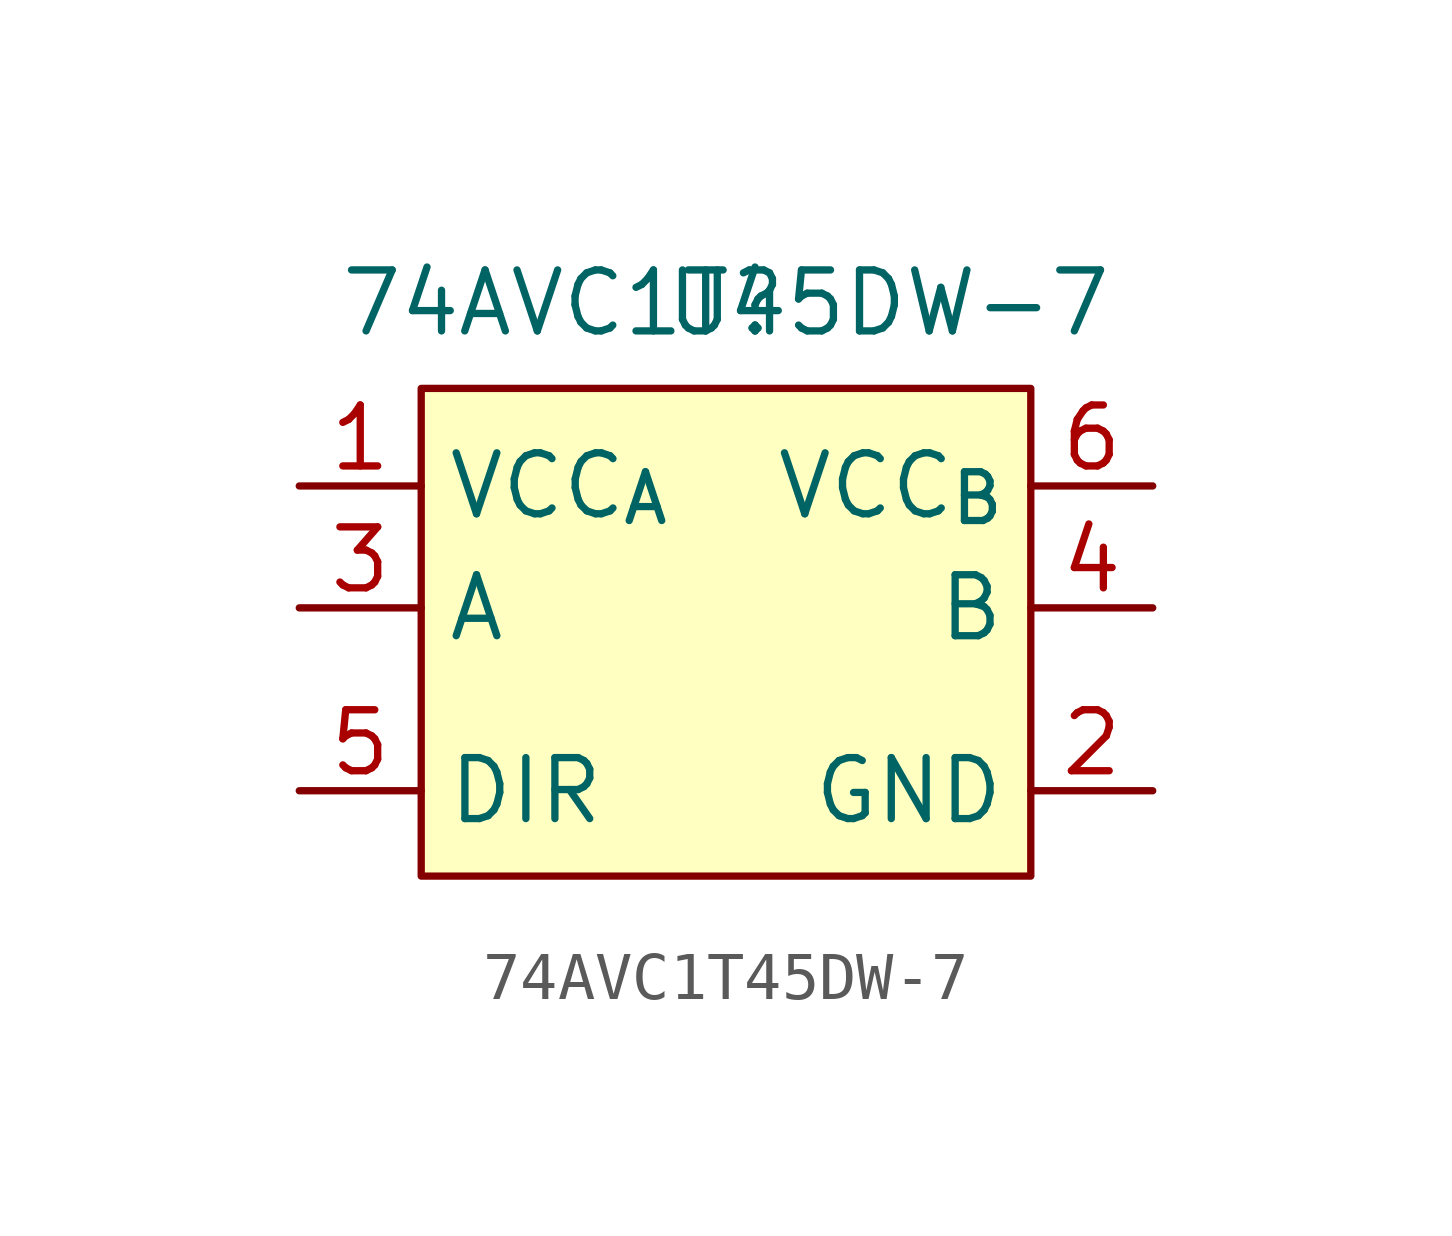
<source format=kicad_sym>
(kicad_symbol_lib
  (version 20231120)
  (generator "kicad_symbol_editor")
  (generator_version "8.0")
  (symbol "74AVC1T45DW-7"
    (property "Reference" "U"
      (at 0 6.35 0)
      (effects (font (size 1.27 1.27))))
    (property "Value" "74AVC1T45DW-7"
      (at 0 6.35 0)
      (effects (font (size 1.27 1.27))))
    (symbol "74AVC1T45DW-7_1_1"
      (rectangle (start -6.35 4.572) (end 6.35 -5.588) (stroke (width 0) (type default)) (fill (type background)))
      (pin power_in line (at -8.89 2.54 0) (length 2.54) (name "VCC_{A}" (effects (font (size 1.27 1.27)))) (number "1" (effects (font (size 1.27 1.27)))))
      (pin power_in line (at 8.89 -3.81 180) (length 2.54) (name "GND" (effects (font (size 1.27 1.27)))) (number "2" (effects (font (size 1.27 1.27)))))
      (pin bidirectional line (at -8.89 0 0) (length 2.54) (name "A" (effects (font (size 1.27 1.27)))) (number "3" (effects (font (size 1.27 1.27)))))
      (pin bidirectional line (at 8.89 0 180) (length 2.54) (name "B" (effects (font (size 1.27 1.27)))) (number "4" (effects (font (size 1.27 1.27)))))
      (pin input line (at -8.89 -3.81 0) (length 2.54) (name "DIR" (effects (font (size 1.27 1.27)))) (number "5" (effects (font (size 1.27 1.27)))))
      (pin power_in line (at 8.89 2.54 180) (length 2.54) (name "VCC_{B}" (effects (font (size 1.27 1.27)))) (number "6" (effects (font (size 1.27 1.27))))))))
</source>
